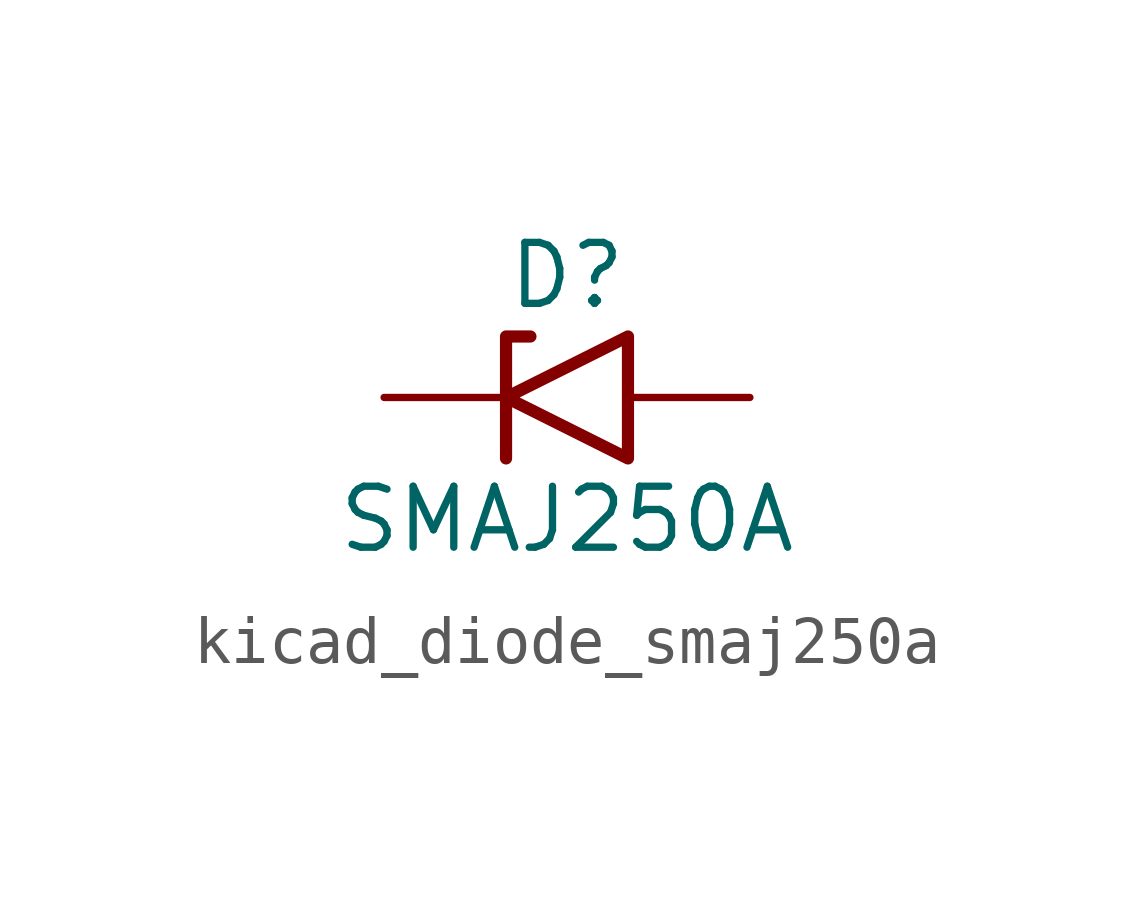
<source format=kicad_sym>
(kicad_symbol_lib
  (version 20220914)
  (generator kicad_symbol_editor)
  (symbol "kicad_diode_smaj250a"
    (pin_numbers hide)
    (pin_names
      (offset 1.016) hide)
    (property "Reference" "D"
      (at 0 2.54 0)
      (effects (font (size 1.27 1.27))))
    (property "Value" "SMAJ250A"
      (at 0 -2.54 0)
      (effects (font (size 1.27 1.27))))
    (symbol "kicad_diode_smaj250a_0_1"
      (polyline (pts (xy -0.762 1.27) (xy -1.27 1.27) (xy -1.27 -1.27)) (stroke (width 0.254) (type default)) (fill (type none)))
      (polyline (pts (xy 1.27 1.27) (xy 1.27 -1.27) (xy -1.27 0) (xy 1.27 1.27)) (stroke (width 0.254) (type default)) (fill (type none))))
    (symbol "kicad_diode_smaj250a_1_1"
      (pin passive line (at -3.81 0 0) (length 2.54) (name "A1" (effects (font (size 1.27 1.27)))) (number "1" (effects (font (size 1.27 1.27)))))
      (pin passive line (at 3.81 0 180) (length 2.54) (name "A2" (effects (font (size 1.27 1.27)))) (number "2" (effects (font (size 1.27 1.27))))))))
</source>
